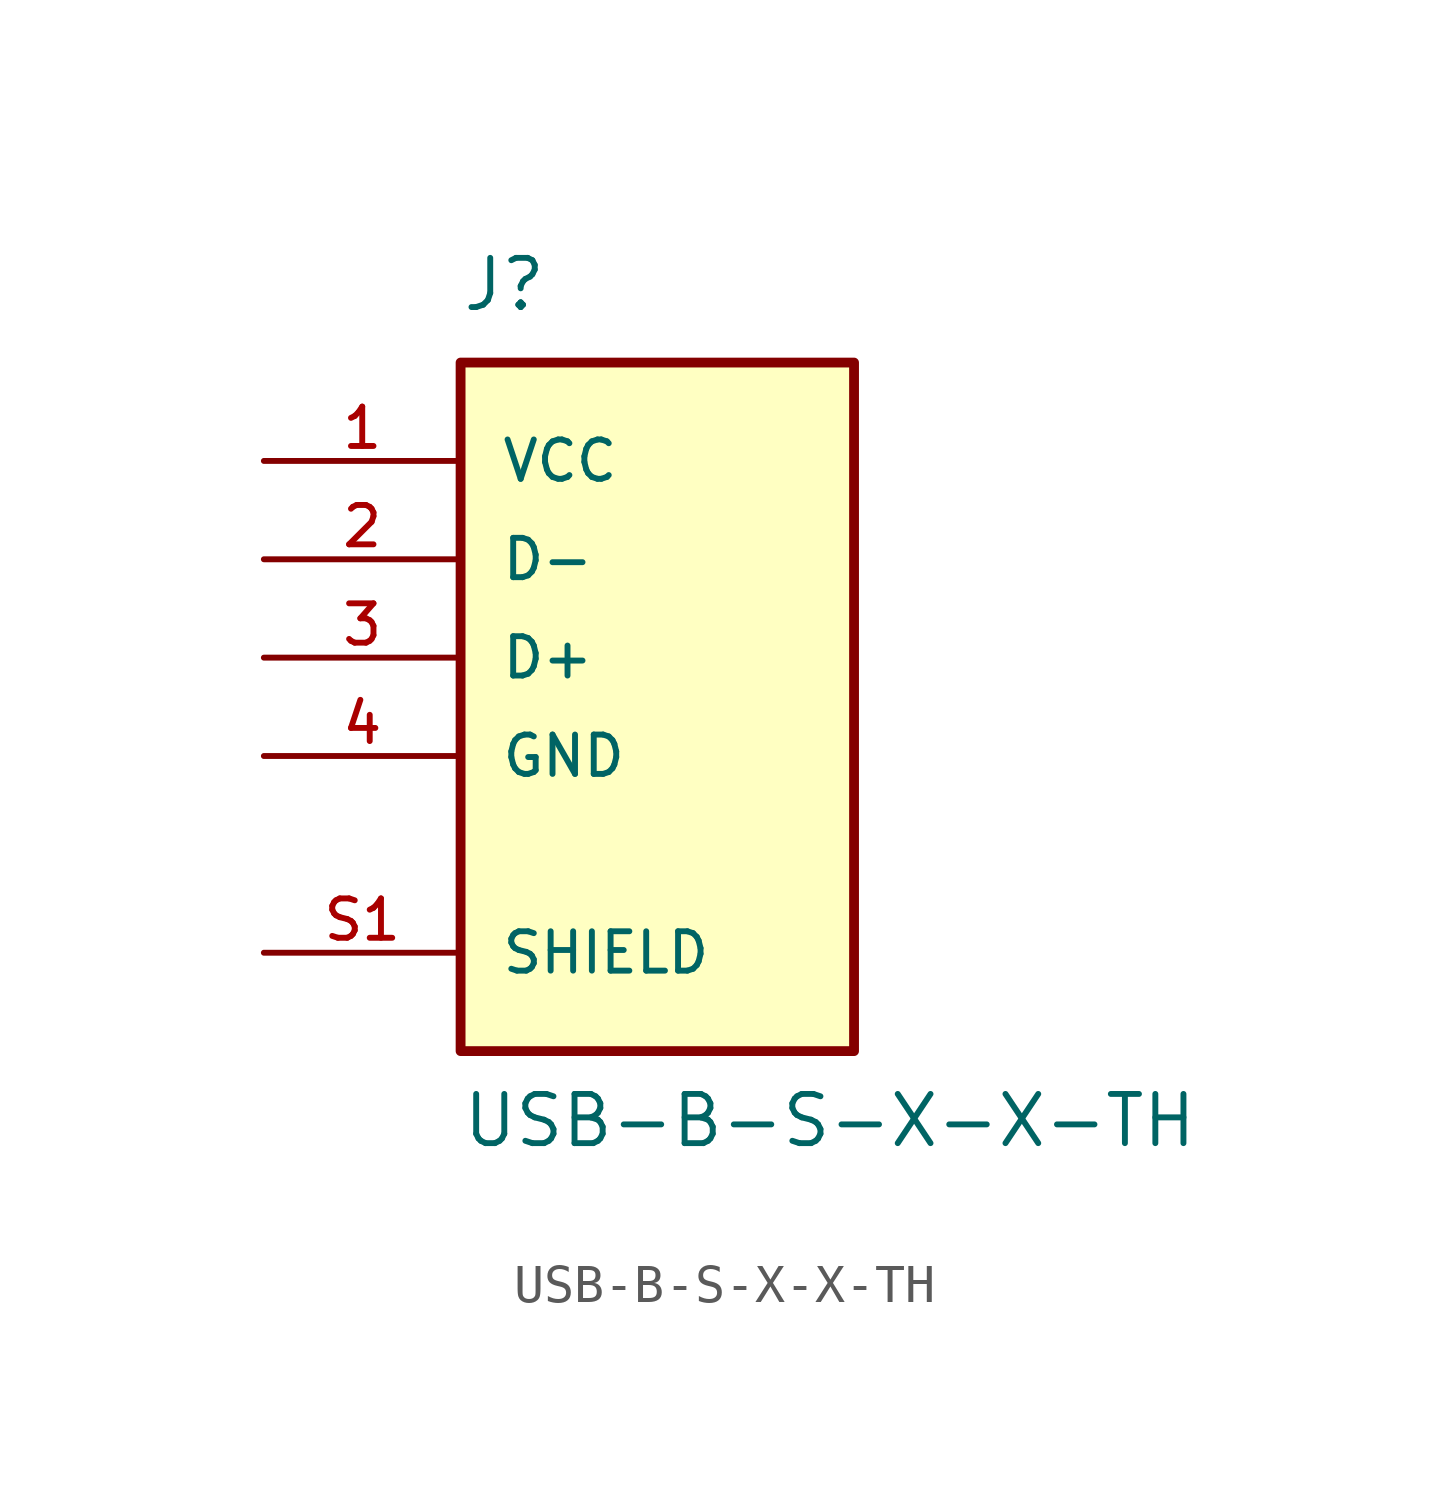
<source format=kicad_sym>
(kicad_symbol_lib
  (version 20211014)
  (generator kicad_symbol_editor)
  (symbol "USB-B-S-X-X-TH"
    (pin_names
      (offset 1.016))
    (property "Reference" "J"
      (at -5.08 8.89 0)
      (effects (font (size 1.27 1.27)) (justify bottom left)))
    (property "Value" "USB-B-S-X-X-TH"
      (at -5.08 -12.7 0)
      (effects (font (size 1.27 1.27)) (justify bottom left)))
    (symbol "USB-B-S-X-X-TH_0_0"
      (rectangle (start -5.08 -10.16) (end 5.08 7.62) (stroke (width 0.254)) (fill (type background)))
      (pin power_in line (at -10.16 5.08 0) (length 5.08) (name "VCC" (effects (font (size 1.016 1.016)))) (number "1" (effects (font (size 1.016 1.016)))))
      (pin bidirectional line (at -10.16 2.54 0) (length 5.08) (name "D-" (effects (font (size 1.016 1.016)))) (number "2" (effects (font (size 1.016 1.016)))))
      (pin bidirectional line (at -10.16 0.0 0) (length 5.08) (name "D+" (effects (font (size 1.016 1.016)))) (number "3" (effects (font (size 1.016 1.016)))))
      (pin power_in line (at -10.16 -2.54 0) (length 5.08) (name "GND" (effects (font (size 1.016 1.016)))) (number "4" (effects (font (size 1.016 1.016)))))
      (pin passive line (at -10.16 -7.62 0) (length 5.08) (name "SHIELD" (effects (font (size 1.016 1.016)))) (number "S1" (effects (font (size 1.016 1.016)))))
      (pin passive line (at -10.16 -7.62 0) (length 5.08) hide (name "SHIELD" (effects (font (size 1.016 1.016)))) (number "S2" (effects (font (size 1.016 1.016))))))))
</source>
